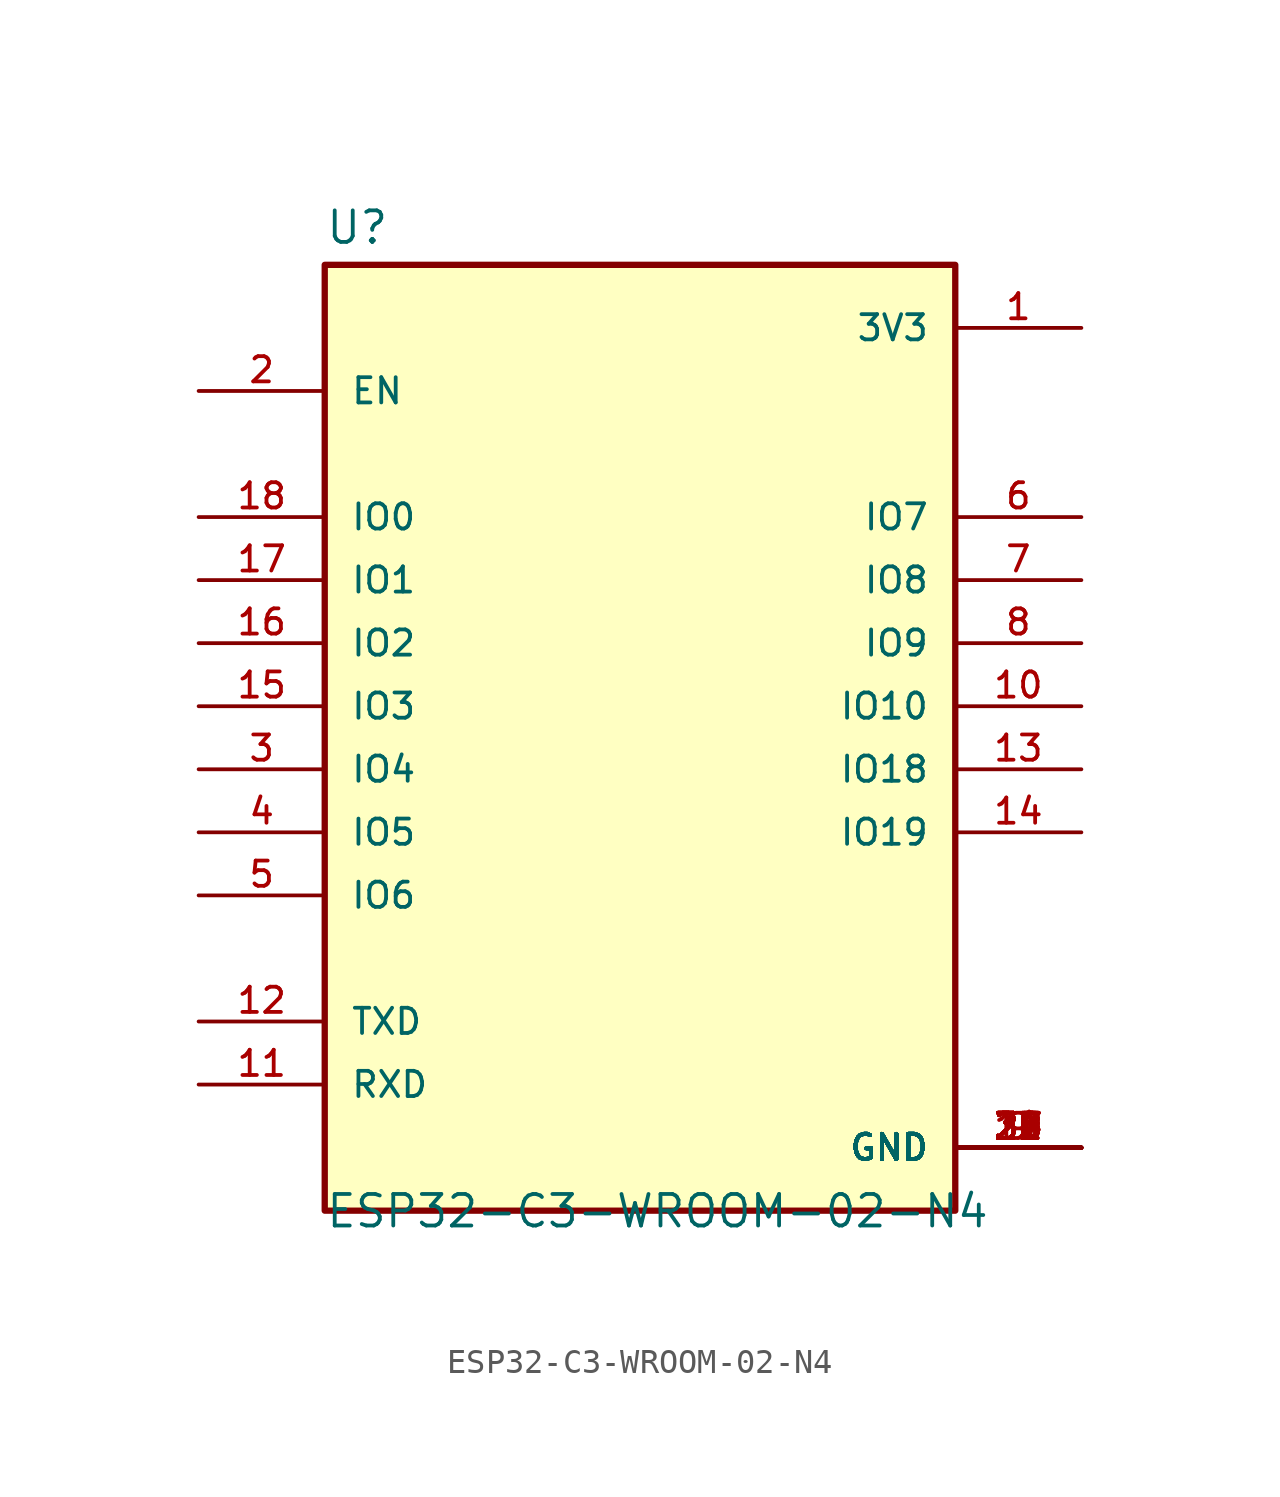
<source format=kicad_sym>
(kicad_symbol_lib
  (version 20211014)
  (generator kicad_symbol_editor)
  (symbol "ESP32-C3-WROOM-02-N4"
    (pin_names
      (offset 1.016))
    (property "Reference" "U"
      (at -12.7 21.082 0)
      (effects (font (size 1.27 1.27)) (justify left bottom)))
    (property "Value" "ESP32-C3-WROOM-02-N4"
      (at -12.7 -18.542 0)
      (effects (font (size 1.27 1.27)) (justify left bottom)))
    (property "ki_locked" ""
      (at 0 0 0)
      (effects (font (size 1.27 1.27))))
    (symbol "ESP32-C3-WROOM-02-N4_0_0"
      (rectangle (start -12.7 -17.78) (end 12.7 20.32) (stroke (width 0.254) (type default) (color 0 0 0 0)) (fill (type background)))
      (pin power_in line (at 17.78 17.78 180) (length 5.08) (name "3V3" (effects (font (size 1.016 1.016)))) (number "1" (effects (font (size 1.016 1.016)))))
      (pin bidirectional line (at 17.78 2.54 180) (length 5.08) (name "IO10" (effects (font (size 1.016 1.016)))) (number "10" (effects (font (size 1.016 1.016)))))
      (pin bidirectional line (at -17.78 -12.7 0) (length 5.08) (name "RXD" (effects (font (size 1.016 1.016)))) (number "11" (effects (font (size 1.016 1.016)))))
      (pin bidirectional line (at -17.78 -10.16 0) (length 5.08) (name "TXD" (effects (font (size 1.016 1.016)))) (number "12" (effects (font (size 1.016 1.016)))))
      (pin bidirectional line (at 17.78 0 180) (length 5.08) (name "IO18" (effects (font (size 1.016 1.016)))) (number "13" (effects (font (size 1.016 1.016)))))
      (pin bidirectional line (at 17.78 -2.54 180) (length 5.08) (name "IO19" (effects (font (size 1.016 1.016)))) (number "14" (effects (font (size 1.016 1.016)))))
      (pin bidirectional line (at -17.78 2.54 0) (length 5.08) (name "IO3" (effects (font (size 1.016 1.016)))) (number "15" (effects (font (size 1.016 1.016)))))
      (pin bidirectional line (at -17.78 5.08 0) (length 5.08) (name "IO2" (effects (font (size 1.016 1.016)))) (number "16" (effects (font (size 1.016 1.016)))))
      (pin bidirectional line (at -17.78 7.62 0) (length 5.08) (name "IO1" (effects (font (size 1.016 1.016)))) (number "17" (effects (font (size 1.016 1.016)))))
      (pin bidirectional line (at -17.78 10.16 0) (length 5.08) (name "IO0" (effects (font (size 1.016 1.016)))) (number "18" (effects (font (size 1.016 1.016)))))
      (pin power_in line (at 17.78 -15.24 180) (length 5.08) (name "GND" (effects (font (size 1.016 1.016)))) (number "19" (effects (font (size 1.016 1.016)))))
      (pin input line (at -17.78 15.24 0) (length 5.08) (name "EN" (effects (font (size 1.016 1.016)))) (number "2" (effects (font (size 1.016 1.016)))))
      (pin power_in line (at 17.78 -15.24 180) (length 5.08) (name "GND" (effects (font (size 1.016 1.016)))) (number "20" (effects (font (size 1.016 1.016)))))
      (pin power_in line (at 17.78 -15.24 180) (length 5.08) (name "GND" (effects (font (size 1.016 1.016)))) (number "21" (effects (font (size 1.016 1.016)))))
      (pin power_in line (at 17.78 -15.24 180) (length 5.08) (name "GND" (effects (font (size 1.016 1.016)))) (number "22" (effects (font (size 1.016 1.016)))))
      (pin power_in line (at 17.78 -15.24 180) (length 5.08) (name "GND" (effects (font (size 1.016 1.016)))) (number "23" (effects (font (size 1.016 1.016)))))
      (pin power_in line (at 17.78 -15.24 180) (length 5.08) (name "GND" (effects (font (size 1.016 1.016)))) (number "24" (effects (font (size 1.016 1.016)))))
      (pin power_in line (at 17.78 -15.24 180) (length 5.08) (name "GND" (effects (font (size 1.016 1.016)))) (number "25" (effects (font (size 1.016 1.016)))))
      (pin power_in line (at 17.78 -15.24 180) (length 5.08) (name "GND" (effects (font (size 1.016 1.016)))) (number "26" (effects (font (size 1.016 1.016)))))
      (pin power_in line (at 17.78 -15.24 180) (length 5.08) (name "GND" (effects (font (size 1.016 1.016)))) (number "27" (effects (font (size 1.016 1.016)))))
      (pin power_in line (at 17.78 -15.24 180) (length 5.08) (name "GND" (effects (font (size 1.016 1.016)))) (number "28" (effects (font (size 1.016 1.016)))))
      (pin power_in line (at 17.78 -15.24 180) (length 5.08) (name "GND" (effects (font (size 1.016 1.016)))) (number "29" (effects (font (size 1.016 1.016)))))
      (pin bidirectional line (at -17.78 0 0) (length 5.08) (name "IO4" (effects (font (size 1.016 1.016)))) (number "3" (effects (font (size 1.016 1.016)))))
      (pin power_in line (at 17.78 -15.24 180) (length 5.08) (name "GND" (effects (font (size 1.016 1.016)))) (number "30" (effects (font (size 1.016 1.016)))))
      (pin power_in line (at 17.78 -15.24 180) (length 5.08) (name "GND" (effects (font (size 1.016 1.016)))) (number "31" (effects (font (size 1.016 1.016)))))
      (pin power_in line (at 17.78 -15.24 180) (length 5.08) (name "GND" (effects (font (size 1.016 1.016)))) (number "32" (effects (font (size 1.016 1.016)))))
      (pin power_in line (at 17.78 -15.24 180) (length 5.08) (name "GND" (effects (font (size 1.016 1.016)))) (number "33" (effects (font (size 1.016 1.016)))))
      (pin power_in line (at 17.78 -15.24 180) (length 5.08) (name "GND" (effects (font (size 1.016 1.016)))) (number "34" (effects (font (size 1.016 1.016)))))
      (pin power_in line (at 17.78 -15.24 180) (length 5.08) (name "GND" (effects (font (size 1.016 1.016)))) (number "35" (effects (font (size 1.016 1.016)))))
      (pin power_in line (at 17.78 -15.24 180) (length 5.08) (name "GND" (effects (font (size 1.016 1.016)))) (number "36" (effects (font (size 1.016 1.016)))))
      (pin power_in line (at 17.78 -15.24 180) (length 5.08) (name "GND" (effects (font (size 1.016 1.016)))) (number "37" (effects (font (size 1.016 1.016)))))
      (pin power_in line (at 17.78 -15.24 180) (length 5.08) (name "GND" (effects (font (size 1.016 1.016)))) (number "38" (effects (font (size 1.016 1.016)))))
      (pin power_in line (at 17.78 -15.24 180) (length 5.08) (name "GND" (effects (font (size 1.016 1.016)))) (number "39" (effects (font (size 1.016 1.016)))))
      (pin bidirectional line (at -17.78 -2.54 0) (length 5.08) (name "IO5" (effects (font (size 1.016 1.016)))) (number "4" (effects (font (size 1.016 1.016)))))
      (pin bidirectional line (at -17.78 -5.08 0) (length 5.08) (name "IO6" (effects (font (size 1.016 1.016)))) (number "5" (effects (font (size 1.016 1.016)))))
      (pin bidirectional line (at 17.78 10.16 180) (length 5.08) (name "IO7" (effects (font (size 1.016 1.016)))) (number "6" (effects (font (size 1.016 1.016)))))
      (pin bidirectional line (at 17.78 7.62 180) (length 5.08) (name "IO8" (effects (font (size 1.016 1.016)))) (number "7" (effects (font (size 1.016 1.016)))))
      (pin bidirectional line (at 17.78 5.08 180) (length 5.08) (name "IO9" (effects (font (size 1.016 1.016)))) (number "8" (effects (font (size 1.016 1.016)))))
      (pin power_in line (at 17.78 -15.24 180) (length 5.08) (name "GND" (effects (font (size 1.016 1.016)))) (number "9" (effects (font (size 1.016 1.016))))))))
</source>
